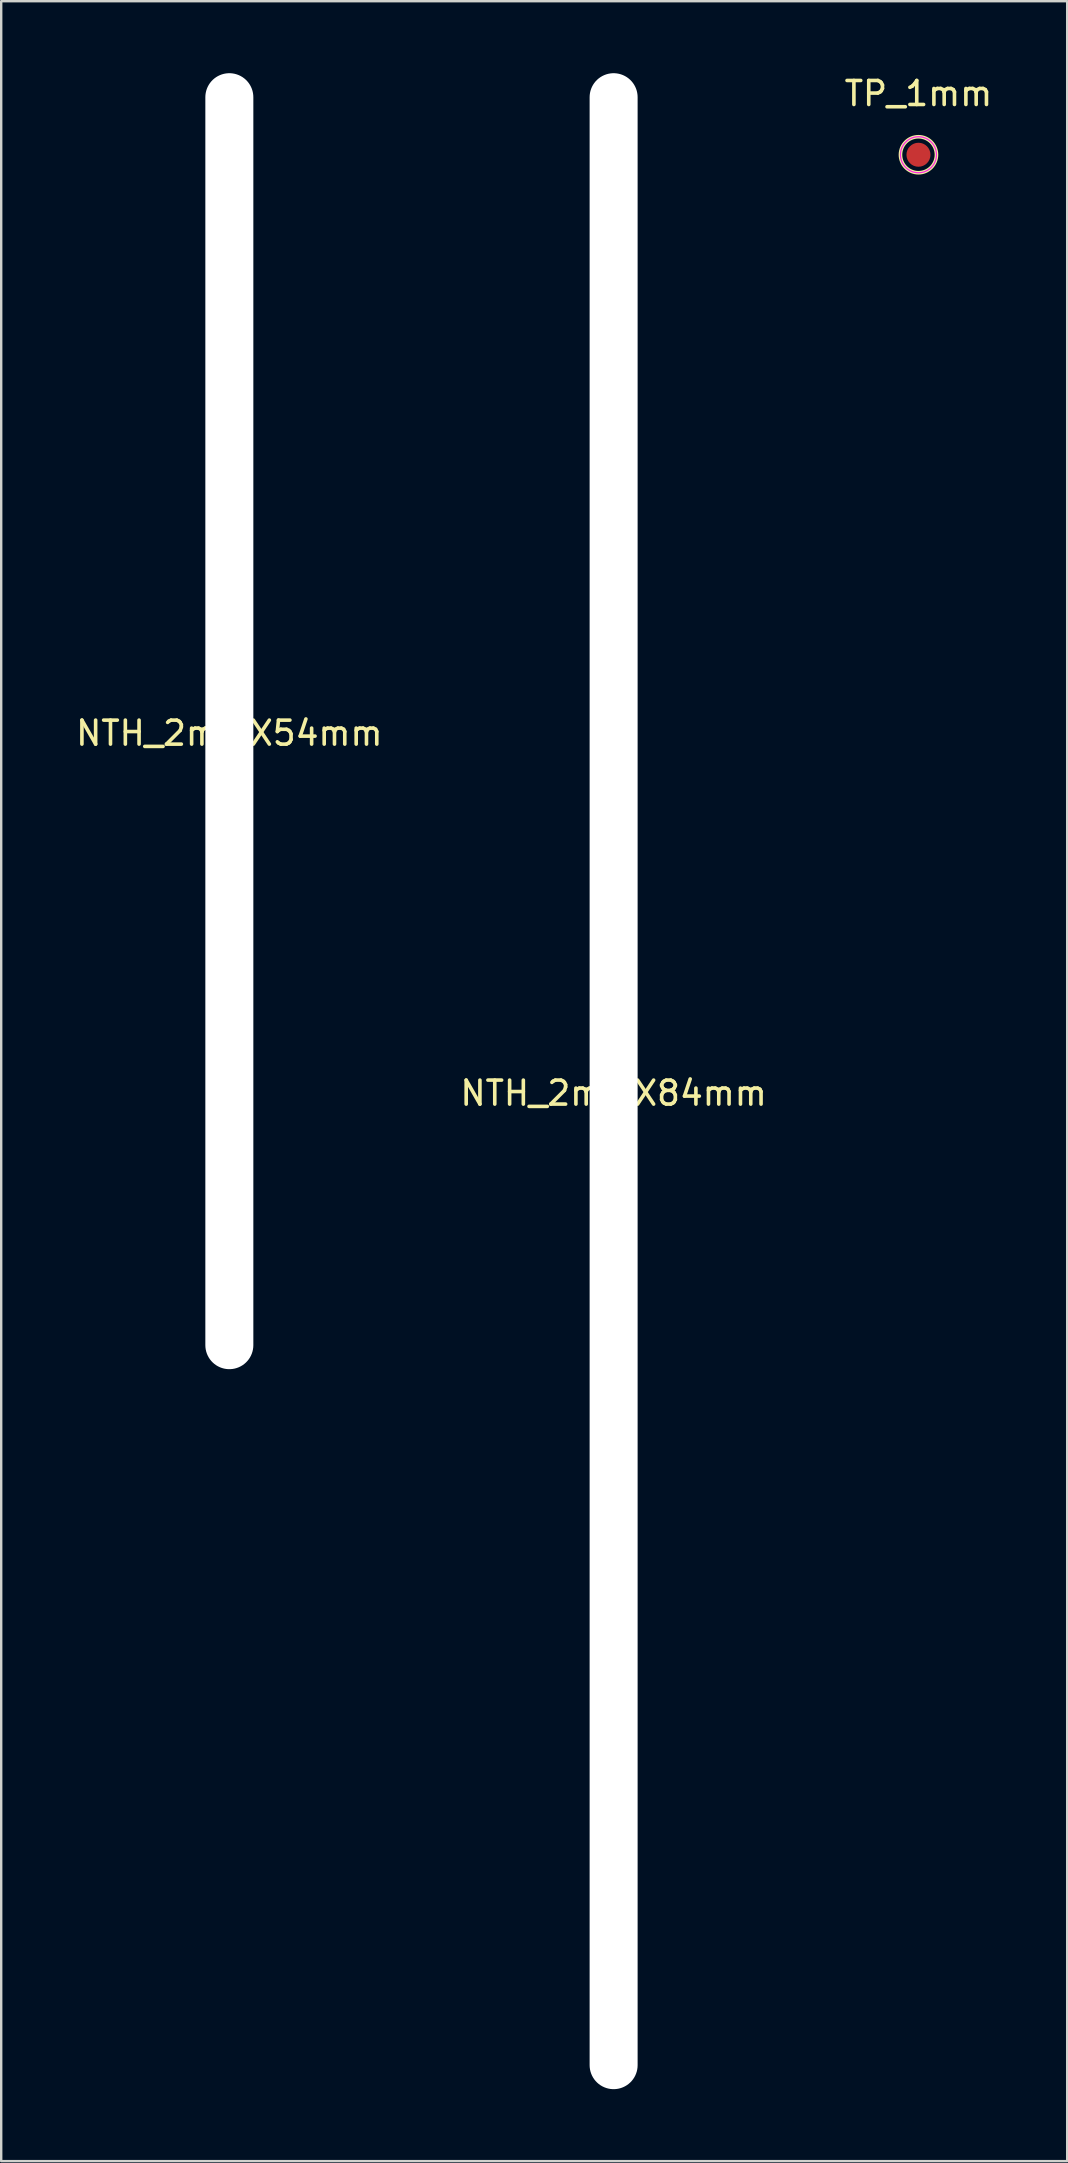
<source format=kicad_pcb>
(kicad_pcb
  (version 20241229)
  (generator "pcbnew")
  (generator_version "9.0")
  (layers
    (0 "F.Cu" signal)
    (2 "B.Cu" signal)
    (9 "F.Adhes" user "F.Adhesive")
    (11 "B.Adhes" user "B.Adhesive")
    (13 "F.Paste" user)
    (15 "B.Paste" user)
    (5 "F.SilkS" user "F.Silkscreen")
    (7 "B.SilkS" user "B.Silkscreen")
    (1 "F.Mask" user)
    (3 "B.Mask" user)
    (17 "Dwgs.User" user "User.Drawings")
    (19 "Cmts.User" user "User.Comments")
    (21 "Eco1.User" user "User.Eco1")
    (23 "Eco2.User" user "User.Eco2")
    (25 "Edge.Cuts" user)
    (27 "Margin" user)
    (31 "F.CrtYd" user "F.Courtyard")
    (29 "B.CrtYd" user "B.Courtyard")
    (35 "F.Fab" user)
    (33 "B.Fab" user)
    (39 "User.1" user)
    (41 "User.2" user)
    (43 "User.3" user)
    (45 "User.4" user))
  (footprint "NTH_2mmX54mm"
    (layer "F.Cu")
    (at 6.506 27)
    (property "Reference" "NTH_2mmX54mm" (at 0 0.5 0) (layer "F.SilkS") (effects (font (size 1 1) (thickness 0.15))))
    (attr through_hole)
    (pad "" np_thru_hole oval (at 0 0) (size 2 54) (drill oval 2 54) (layers "*.Cu" "*.Mask")))
  (footprint "TP_1mm"
    (layer "F.Cu")
    (at 35.22 3.398)
    (property "Reference" "TP_1mm" (at 0 -2.55 0) (layer "F.SilkS") (effects (font (size 1 1) (thickness 0.15))))
    (attr smd)
    (fp_circle (center 0 0) (end 0.75 0) (stroke (width 0.15) (type solid)) (fill no) (layer "F.SilkS"))
    (fp_circle (center 0 0) (end 0.75 0) (stroke (width 0.05) (type solid)) (fill no) (layer "F.CrtYd"))
    (pad "1" smd circle (at 0 0) (size 1 1) (layers "F.Cu" "F.Mask" "F.Paste")))
  (footprint "NTH_2mmX84mm"
    (layer "F.Cu")
    (at 22.518 42)
    (property "Reference" "NTH_2mmX84mm" (at 0 0.5 0) (layer "F.SilkS") (effects (font (size 1 1) (thickness 0.15))))
    (attr through_hole)
    (pad "" np_thru_hole oval (at 0 0) (size 2 84) (drill oval 2 84) (layers "*.Cu" "*.Mask")))
  (gr_rect
    (start -3 -3)
    (end 41.417 87)
    (stroke (width 0.1) (type default))
    (fill no)
    (layer "Edge.Cuts")))
</source>
